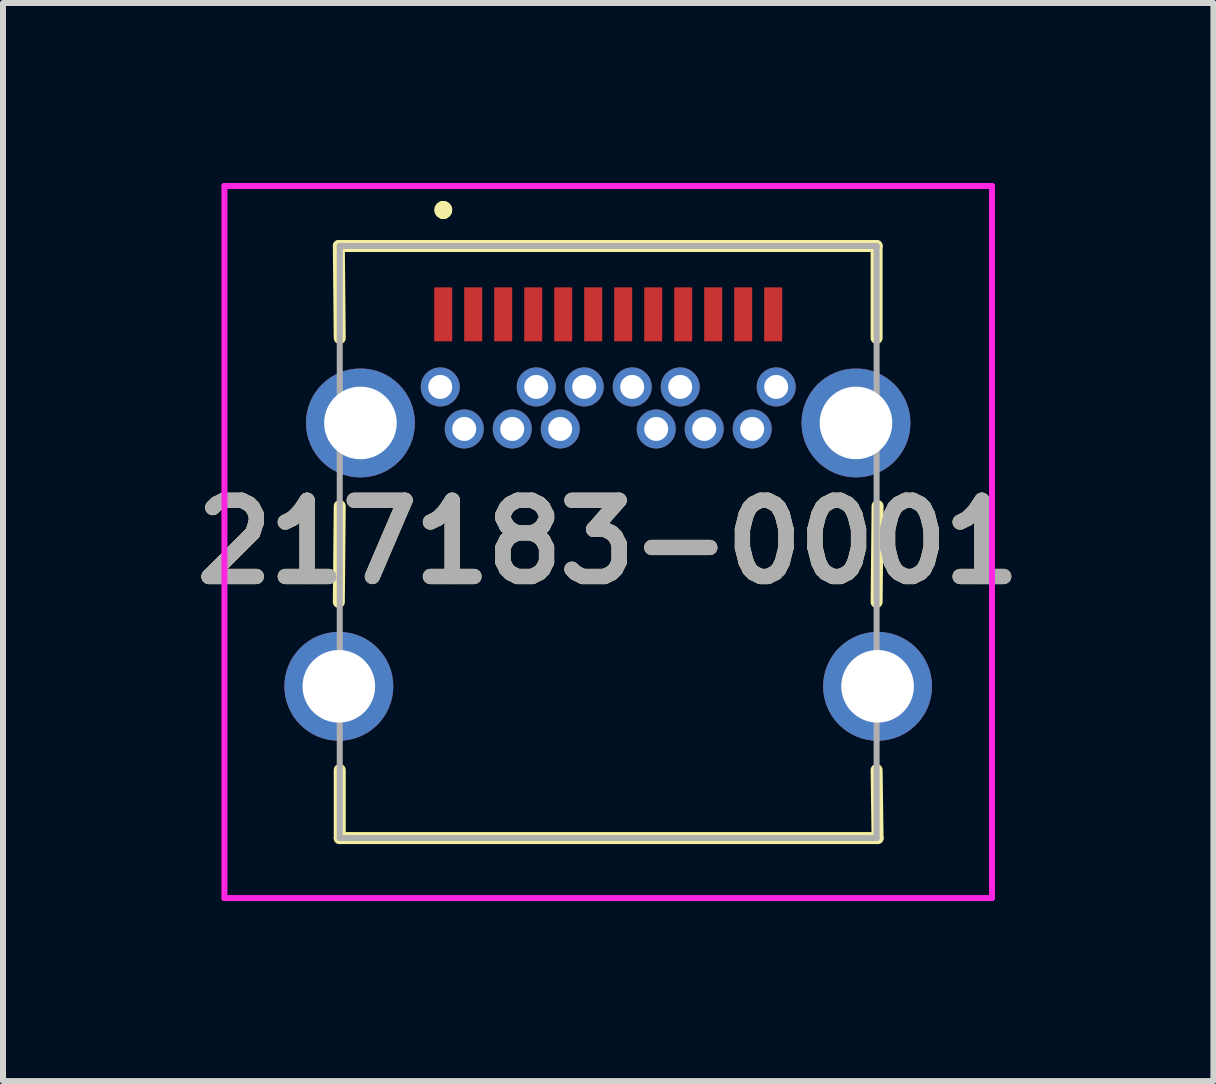
<source format=kicad_pcb>
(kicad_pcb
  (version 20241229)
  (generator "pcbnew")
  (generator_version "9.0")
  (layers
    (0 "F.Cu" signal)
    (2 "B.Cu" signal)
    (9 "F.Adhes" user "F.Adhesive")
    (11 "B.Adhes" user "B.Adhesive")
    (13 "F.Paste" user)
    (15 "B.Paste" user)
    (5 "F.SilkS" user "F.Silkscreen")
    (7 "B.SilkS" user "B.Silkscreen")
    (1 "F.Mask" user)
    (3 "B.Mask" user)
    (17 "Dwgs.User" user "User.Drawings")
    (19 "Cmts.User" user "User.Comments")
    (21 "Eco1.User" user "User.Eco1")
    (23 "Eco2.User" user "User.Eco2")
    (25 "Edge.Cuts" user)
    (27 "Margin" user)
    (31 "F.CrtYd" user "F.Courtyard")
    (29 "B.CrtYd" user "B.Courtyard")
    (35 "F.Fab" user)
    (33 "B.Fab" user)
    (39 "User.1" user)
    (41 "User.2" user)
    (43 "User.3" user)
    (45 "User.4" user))
  (footprint "217183-0001"
    (layer "F.Cu")
    (at 7.088 5.985)
    (property "Reference" "217183-0001" (at 0 0 0) (layer "F.SilkS") (effects (font (size 1.27 1.27) (thickness 0.254))))
    (attr through_hole)
    (fp_line (start -4.49 -4.935) (end 4.474 -4.935) (stroke (width 0.2) (type solid)) (layer "F.SilkS"))
    (fp_line (start -4.475 -3.4) (end -4.49 -4.935) (stroke (width 0.2) (type solid)) (layer "F.SilkS"))
    (fp_line (start -4.475 -0.6) (end -4.49 1) (stroke (width 0.2) (type solid)) (layer "F.SilkS"))
    (fp_line (start -4.475 3.8) (end -4.475 4.935) (stroke (width 0.2) (type solid)) (layer "F.SilkS"))
    (fp_line (start -4.475 4.935) (end 4.49 4.935) (stroke (width 0.2) (type solid)) (layer "F.SilkS"))
    (fp_line (start -2.75 -5.585) (end -2.75 -5.585) (stroke (width 0.2) (type solid)) (layer "F.SilkS"))
    (fp_line (start -2.75 -5.485) (end -2.75 -5.485) (stroke (width 0.2) (type solid)) (layer "F.SilkS"))
    (fp_line (start -2.75 -5.485) (end -2.75 -5.485) (stroke (width 0.2) (type solid)) (layer "F.SilkS"))
    (fp_line (start 4.474 -4.935) (end 4.474 -3.4) (stroke (width 0.2) (type solid)) (layer "F.SilkS"))
    (fp_line (start 4.49 -0.6) (end 4.474 1) (stroke (width 0.2) (type solid)) (layer "F.SilkS"))
    (fp_line (start 4.49 4.935) (end 4.474 3.8) (stroke (width 0.2) (type solid)) (layer "F.SilkS"))
    (fp_arc (start -2.751 -5.485) (mid -2.8005 -5.5355) (end -2.75 -5.585) (stroke (width 0.2) (type solid)) (layer "F.SilkS"))
    (fp_arc (start -2.75 -5.585) (mid -2.7 -5.535) (end -2.75 -5.485) (stroke (width 0.2) (type solid)) (layer "F.SilkS"))
    (fp_arc (start -2.75 -5.585) (mid -2.7 -5.535) (end -2.75 -5.485) (stroke (width 0.2) (type solid)) (layer "F.SilkS"))
    (fp_line (start -6.397 -5.935) (end 6.397 -5.935) (stroke (width 0.1) (type solid)) (layer "F.CrtYd"))
    (fp_line (start -6.397 5.935) (end -6.397 -5.935) (stroke (width 0.1) (type solid)) (layer "F.CrtYd"))
    (fp_line (start 6.397 -5.935) (end 6.397 5.935) (stroke (width 0.1) (type solid)) (layer "F.CrtYd"))
    (fp_line (start 6.397 5.935) (end -6.397 5.935) (stroke (width 0.1) (type solid)) (layer "F.CrtYd"))
    (fp_line (start -4.475 -4.935) (end 4.474 -4.935) (stroke (width 0.1) (type solid)) (layer "F.Fab"))
    (fp_line (start -4.475 4.935) (end -4.475 -4.935) (stroke (width 0.1) (type solid)) (layer "F.Fab"))
    (fp_line (start 4.474 -4.935) (end 4.474 4.935) (stroke (width 0.1) (type solid)) (layer "F.Fab"))
    (fp_line (start 4.474 4.935) (end -4.475 4.935) (stroke (width 0.1) (type solid)) (layer "F.Fab"))
    (fp_text user "${REFERENCE}" (at 0 0 0) (layer "F.Fab") (effects (font (size 1.27 1.27) (thickness 0.254))))
    (pad "" np_thru_hole circle (at -3.6 -3.235) (size 0.001 0.001) (drill 0.65) (layers "*.Cu" "*.Mask"))
    (pad "" np_thru_hole circle (at 3.6 -3.235) (size 0.001 0.001) (drill 1.15) (layers "*.Cu" "*.Mask"))
    (pad "A1" smd rect (at -2.75 -3.795) (size 0.3 0.9) (layers "F.Cu" "F.Mask" "F.Paste"))
    (pad "A2" smd rect (at -2.25 -3.795) (size 0.3 0.9) (layers "F.Cu" "F.Mask" "F.Paste"))
    (pad "A3" smd rect (at -1.75 -3.795) (size 0.3 0.9) (layers "F.Cu" "F.Mask" "F.Paste"))
    (pad "A4" smd rect (at -1.25 -3.795) (size 0.3 0.9) (layers "F.Cu" "F.Mask" "F.Paste"))
    (pad "A5" smd rect (at -0.75 -3.795) (size 0.3 0.9) (layers "F.Cu" "F.Mask" "F.Paste"))
    (pad "A6" smd rect (at -0.25 -3.795) (size 0.3 0.9) (layers "F.Cu" "F.Mask" "F.Paste"))
    (pad "A7" smd rect (at 0.25 -3.795) (size 0.3 0.9) (layers "F.Cu" "F.Mask" "F.Paste"))
    (pad "A8" smd rect (at 0.75 -3.795) (size 0.3 0.9) (layers "F.Cu" "F.Mask" "F.Paste"))
    (pad "A9" smd rect (at 1.25 -3.795) (size 0.3 0.9) (layers "F.Cu" "F.Mask" "F.Paste"))
    (pad "A10" smd rect (at 1.75 -3.795) (size 0.3 0.9) (layers "F.Cu" "F.Mask" "F.Paste"))
    (pad "A11" smd rect (at 2.25 -3.795) (size 0.3 0.9) (layers "F.Cu" "F.Mask" "F.Paste"))
    (pad "A12" smd rect (at 2.75 -3.795) (size 0.3 0.9) (layers "F.Cu" "F.Mask" "F.Paste"))
    (pad "B1" thru_hole circle (at 2.8 -2.585) (size 0.65 0.65) (drill 0.4) (layers "*.Cu" "*.Mask"))
    (pad "B2" thru_hole circle (at 2.4 -1.885) (size 0.65 0.65) (drill 0.4) (layers "*.Cu" "*.Mask"))
    (pad "B3" thru_hole circle (at 1.6 -1.885) (size 0.65 0.65) (drill 0.4) (layers "*.Cu" "*.Mask"))
    (pad "B4" thru_hole circle (at 1.2 -2.585) (size 0.65 0.65) (drill 0.4) (layers "*.Cu" "*.Mask"))
    (pad "B5" thru_hole circle (at 0.8 -1.885) (size 0.65 0.65) (drill 0.4) (layers "*.Cu" "*.Mask"))
    (pad "B6" thru_hole circle (at 0.4 -2.585) (size 0.65 0.65) (drill 0.4) (layers "*.Cu" "*.Mask"))
    (pad "B7" thru_hole circle (at -0.4 -2.585) (size 0.65 0.65) (drill 0.4) (layers "*.Cu" "*.Mask"))
    (pad "B8" thru_hole circle (at -0.8 -1.885) (size 0.65 0.65) (drill 0.4) (layers "*.Cu" "*.Mask"))
    (pad "B9" thru_hole circle (at -1.2 -2.585) (size 0.65 0.65) (drill 0.4) (layers "*.Cu" "*.Mask"))
    (pad "B10" thru_hole circle (at -1.6 -1.885) (size 0.65 0.65) (drill 0.4) (layers "*.Cu" "*.Mask"))
    (pad "B11" thru_hole circle (at -2.4 -1.885) (size 0.65 0.65) (drill 0.4) (layers "*.Cu" "*.Mask"))
    (pad "B12" thru_hole circle (at -2.8 -2.585) (size 0.65 0.65) (drill 0.4) (layers "*.Cu" "*.Mask"))
    (pad "S1" thru_hole circle (at -4.49 2.405) (size 1.815 1.815) (drill 1.21) (layers "*.Cu" "*.Mask"))
    (pad "S1" thru_hole circle (at -4.13 -1.985) (size 1.815 1.815) (drill 1.21) (layers "*.Cu" "*.Mask"))
    (pad "S1" thru_hole circle (at 4.13 -1.985) (size 1.815 1.815) (drill 1.21) (layers "*.Cu" "*.Mask"))
    (pad "S1" thru_hole circle (at 4.49 2.405) (size 1.815 1.815) (drill 1.21) (layers "*.Cu" "*.Mask")))
  (gr_rect
    (start -3 -3)
    (end 17.176 14.97)
    (stroke (width 0.1) (type default))
    (fill no)
    (layer "Edge.Cuts")))
</source>
